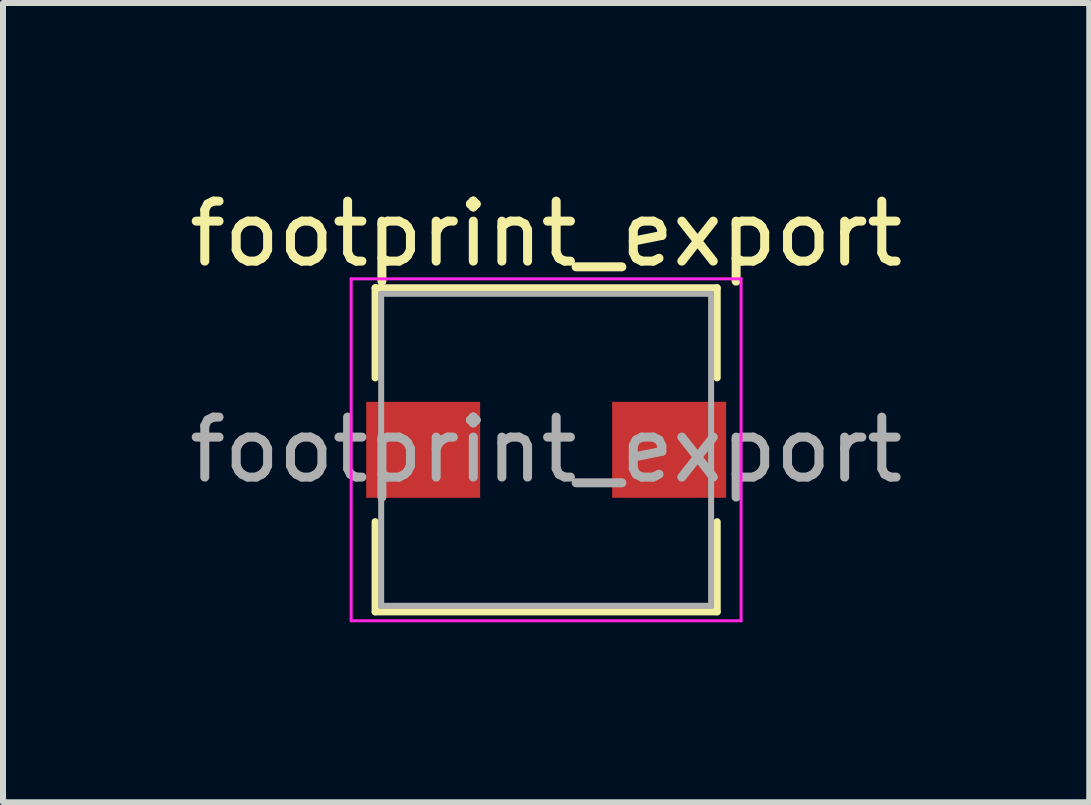
<source format=kicad_pcb>
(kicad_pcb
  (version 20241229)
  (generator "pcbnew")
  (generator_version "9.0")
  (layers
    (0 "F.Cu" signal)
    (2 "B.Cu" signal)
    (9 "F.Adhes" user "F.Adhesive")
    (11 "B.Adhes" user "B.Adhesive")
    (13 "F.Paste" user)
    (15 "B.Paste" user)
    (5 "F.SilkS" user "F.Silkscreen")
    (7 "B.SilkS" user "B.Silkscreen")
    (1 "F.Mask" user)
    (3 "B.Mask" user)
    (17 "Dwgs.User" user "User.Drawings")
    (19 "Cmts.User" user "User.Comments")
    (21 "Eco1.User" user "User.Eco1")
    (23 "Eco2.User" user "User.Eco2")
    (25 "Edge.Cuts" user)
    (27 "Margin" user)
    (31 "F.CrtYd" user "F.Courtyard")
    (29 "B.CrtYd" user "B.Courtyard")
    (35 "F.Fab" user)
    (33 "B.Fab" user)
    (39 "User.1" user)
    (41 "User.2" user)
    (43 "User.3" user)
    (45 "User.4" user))
  (footprint "footprint_export"
    (layer "F.Cu")
    (at 6.054 4.448)
    (property "Reference" "footprint_export" (at 0 -3.6 0) (layer "F.SilkS") (effects (font (size 1 1) (thickness 0.15))))
    (attr smd)
    (fp_line (start -2.85 -2.7) (end 2.85 -2.7) (stroke (width 0.12) (type solid)) (layer "F.SilkS"))
    (fp_line (start -2.85 -1.2) (end -2.85 -2.7) (stroke (width 0.12) (type solid)) (layer "F.SilkS"))
    (fp_line (start -2.85 1.2) (end -2.85 2.7) (stroke (width 0.12) (type solid)) (layer "F.SilkS"))
    (fp_line (start -2.85 2.7) (end 2.85 2.7) (stroke (width 0.12) (type solid)) (layer "F.SilkS"))
    (fp_line (start 2.85 -2.7) (end 2.85 -1.2) (stroke (width 0.12) (type solid)) (layer "F.SilkS"))
    (fp_line (start 2.85 2.7) (end 2.85 1.2) (stroke (width 0.12) (type solid)) (layer "F.SilkS"))
    (fp_line (start -3.25 -2.85) (end -3.25 2.85) (stroke (width 0.05) (type solid)) (layer "F.CrtYd"))
    (fp_line (start -3.25 2.85) (end 3.25 2.85) (stroke (width 0.05) (type solid)) (layer "F.CrtYd"))
    (fp_line (start 3.25 -2.85) (end -3.25 -2.85) (stroke (width 0.05) (type solid)) (layer "F.CrtYd"))
    (fp_line (start 3.25 2.85) (end 3.25 -2.85) (stroke (width 0.05) (type solid)) (layer "F.CrtYd"))
    (fp_line (start -2.75 -2.6) (end -2.75 2.6) (stroke (width 0.1) (type solid)) (layer "F.Fab"))
    (fp_line (start -2.75 2.6) (end 2.75 2.6) (stroke (width 0.1) (type solid)) (layer "F.Fab"))
    (fp_line (start 2.75 -2.6) (end -2.75 -2.6) (stroke (width 0.1) (type solid)) (layer "F.Fab"))
    (fp_line (start 2.75 2.6) (end 2.75 -2.6) (stroke (width 0.1) (type solid)) (layer "F.Fab"))
    (fp_text user "${REFERENCE}" (at 0 0 0) (layer "F.Fab") (effects (font (size 1 1) (thickness 0.15))))
    (pad "1" smd rect (at -2.05 0) (size 1.9 1.6) (layers "F.Cu" "F.Mask" "F.Paste"))
    (pad "2" smd rect (at 2.05 0) (size 1.9 1.6) (layers "F.Cu" "F.Mask" "F.Paste")))
  (gr_rect
    (start -3 -3)
    (end 15.107 10.323)
    (stroke (width 0.1) (type default))
    (fill no)
    (layer "Edge.Cuts")))
</source>
